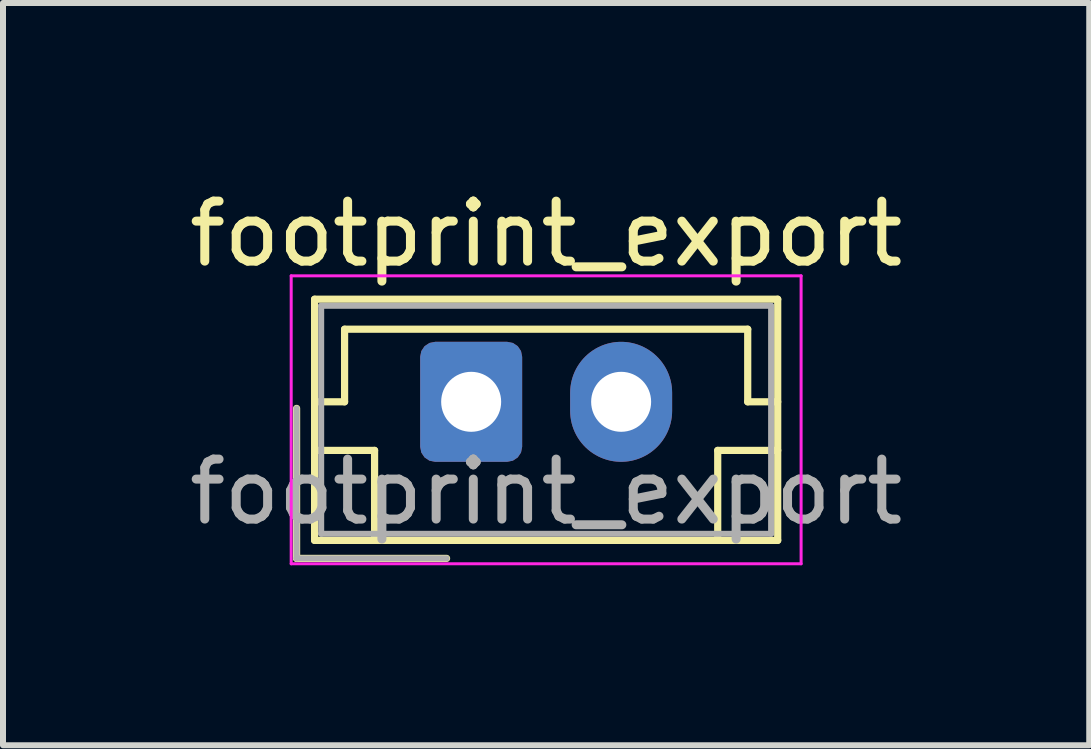
<source format=kicad_pcb>
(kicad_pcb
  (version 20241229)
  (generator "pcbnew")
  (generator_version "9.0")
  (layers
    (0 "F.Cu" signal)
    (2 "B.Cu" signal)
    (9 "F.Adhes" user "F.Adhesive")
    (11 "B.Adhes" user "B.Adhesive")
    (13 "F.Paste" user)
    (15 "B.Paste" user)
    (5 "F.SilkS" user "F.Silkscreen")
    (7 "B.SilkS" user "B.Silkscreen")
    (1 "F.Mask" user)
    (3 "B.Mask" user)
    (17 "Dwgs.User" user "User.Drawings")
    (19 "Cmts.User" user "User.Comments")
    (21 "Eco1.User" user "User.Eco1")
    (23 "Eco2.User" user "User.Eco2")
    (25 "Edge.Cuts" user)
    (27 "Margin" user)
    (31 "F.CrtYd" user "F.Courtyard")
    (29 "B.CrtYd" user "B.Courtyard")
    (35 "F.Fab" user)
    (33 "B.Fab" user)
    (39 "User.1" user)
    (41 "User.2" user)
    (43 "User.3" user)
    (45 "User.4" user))
  (footprint "footprint_export"
    (layer "F.Cu")
    (at 4.804 3.648)
    (property "Reference" "footprint_export" (at 1.25 -2.8 0) (layer "F.SilkS") (effects (font (size 1 1) (thickness 0.15))))
    (attr through_hole)
    (fp_line (start -2.91 0.11) (end -2.91 2.61) (stroke (width 0.12) (type solid)) (layer "F.SilkS"))
    (fp_line (start -2.91 2.61) (end -0.41 2.61) (stroke (width 0.12) (type solid)) (layer "F.SilkS"))
    (fp_line (start -2.61 -1.71) (end -2.61 2.31) (stroke (width 0.12) (type solid)) (layer "F.SilkS"))
    (fp_line (start -2.61 0) (end -2.11 0) (stroke (width 0.12) (type solid)) (layer "F.SilkS"))
    (fp_line (start -2.61 0.81) (end -1.61 0.81) (stroke (width 0.12) (type solid)) (layer "F.SilkS"))
    (fp_line (start -2.61 2.31) (end 5.11 2.31) (stroke (width 0.12) (type solid)) (layer "F.SilkS"))
    (fp_line (start -2.11 -1.21) (end 4.61 -1.21) (stroke (width 0.12) (type solid)) (layer "F.SilkS"))
    (fp_line (start -2.11 0) (end -2.11 -1.21) (stroke (width 0.12) (type solid)) (layer "F.SilkS"))
    (fp_line (start -1.61 0.81) (end -1.61 2.31) (stroke (width 0.12) (type solid)) (layer "F.SilkS"))
    (fp_line (start 4.11 0.81) (end 4.11 2.31) (stroke (width 0.12) (type solid)) (layer "F.SilkS"))
    (fp_line (start 4.61 -1.21) (end 4.61 0) (stroke (width 0.12) (type solid)) (layer "F.SilkS"))
    (fp_line (start 4.61 0) (end 5.11 0) (stroke (width 0.12) (type solid)) (layer "F.SilkS"))
    (fp_line (start 5.11 -1.71) (end -2.61 -1.71) (stroke (width 0.12) (type solid)) (layer "F.SilkS"))
    (fp_line (start 5.11 0.81) (end 4.11 0.81) (stroke (width 0.12) (type solid)) (layer "F.SilkS"))
    (fp_line (start 5.11 2.31) (end 5.11 -1.71) (stroke (width 0.12) (type solid)) (layer "F.SilkS"))
    (fp_line (start -3 -2.1) (end -3 2.7) (stroke (width 0.05) (type solid)) (layer "F.CrtYd"))
    (fp_line (start -3 2.7) (end 5.5 2.7) (stroke (width 0.05) (type solid)) (layer "F.CrtYd"))
    (fp_line (start 5.5 -2.1) (end -3 -2.1) (stroke (width 0.05) (type solid)) (layer "F.CrtYd"))
    (fp_line (start 5.5 2.7) (end 5.5 -2.1) (stroke (width 0.05) (type solid)) (layer "F.CrtYd"))
    (fp_line (start -2.91 0.11) (end -2.91 2.61) (stroke (width 0.1) (type solid)) (layer "F.Fab"))
    (fp_line (start -2.91 2.61) (end -0.41 2.61) (stroke (width 0.1) (type solid)) (layer "F.Fab"))
    (fp_line (start -2.5 -1.6) (end -2.5 2.2) (stroke (width 0.1) (type solid)) (layer "F.Fab"))
    (fp_line (start -2.5 2.2) (end 5 2.2) (stroke (width 0.1) (type solid)) (layer "F.Fab"))
    (fp_line (start 5 -1.6) (end -2.5 -1.6) (stroke (width 0.1) (type solid)) (layer "F.Fab"))
    (fp_line (start 5 2.2) (end 5 -1.6) (stroke (width 0.1) (type solid)) (layer "F.Fab"))
    (fp_text user "${REFERENCE}" (at 1.25 1.5 0) (layer "F.Fab") (effects (font (size 1 1) (thickness 0.15))))
    (pad "1" thru_hole roundrect (at 0 0) (size 1.7 2) (drill 1) (layers "*.Cu" "*.Mask") (roundrect_rratio 0.147))
    (pad "2" thru_hole oval (at 2.5 0) (size 1.7 2) (drill 1) (layers "*.Cu" "*.Mask")))
  (gr_rect
    (start -3 -3)
    (end 15.107 9.373)
    (stroke (width 0.1) (type default))
    (fill no)
    (layer "Edge.Cuts")))
</source>
